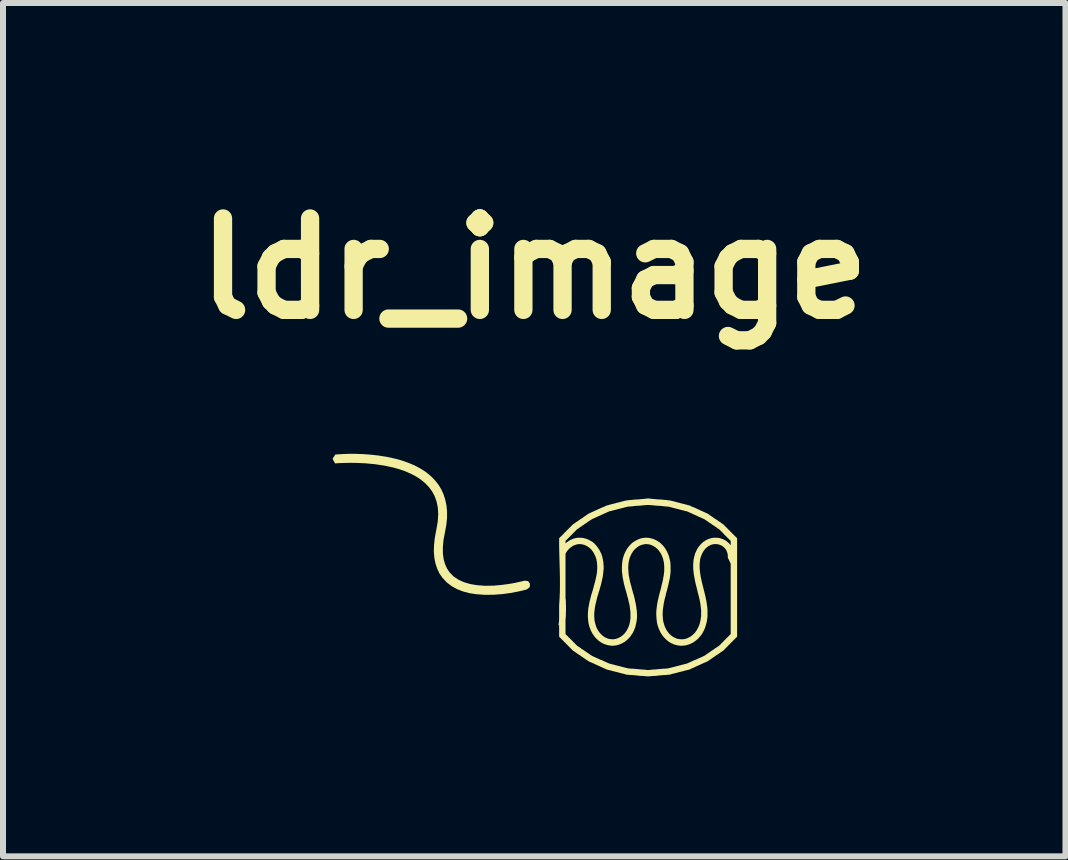
<source format=kicad_pcb>
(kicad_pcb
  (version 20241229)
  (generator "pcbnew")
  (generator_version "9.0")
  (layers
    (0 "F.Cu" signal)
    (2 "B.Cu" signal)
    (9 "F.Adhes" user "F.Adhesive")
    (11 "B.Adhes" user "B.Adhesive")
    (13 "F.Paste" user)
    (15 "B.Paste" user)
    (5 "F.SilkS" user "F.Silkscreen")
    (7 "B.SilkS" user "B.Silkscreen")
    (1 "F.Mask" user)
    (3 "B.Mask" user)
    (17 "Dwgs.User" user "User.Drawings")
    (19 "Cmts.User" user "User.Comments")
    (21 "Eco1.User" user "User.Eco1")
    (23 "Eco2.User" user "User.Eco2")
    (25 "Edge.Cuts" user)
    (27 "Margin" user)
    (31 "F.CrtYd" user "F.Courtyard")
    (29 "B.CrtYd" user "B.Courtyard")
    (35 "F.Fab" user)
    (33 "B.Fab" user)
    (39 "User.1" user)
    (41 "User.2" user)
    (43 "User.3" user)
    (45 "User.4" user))
  (footprint "ldr_image"
    (layer "F.Cu")
    (at 5.857 6.351)
    (property "Reference" "ldr_image" (at 0 -4.924 0) (layer "F.SilkS") (effects (font (size 1.524 1.524) (thickness 0.305))))
    (attr smd)
    (fp_poly (pts (xy -3.321 -1.675) (xy -3.3 -1.677) (xy -3.248 -1.68) (xy -3.167 -1.683) (xy -3.064 -1.685) (xy -2.941 -1.683) (xy -2.804 -1.676) (xy -2.656 -1.662) (xy -2.503 -1.639) (xy -2.348 -1.606) (xy -2.249 -1.578) (xy -2.153 -1.545) (xy -2.062 -1.505) (xy -1.975 -1.46) (xy -1.896 -1.409) (xy -1.824 -1.35) (xy -1.76 -1.285) (xy -1.706 -1.213) (xy -1.662 -1.132) (xy -1.629 -1.041) (xy -1.608 -0.941) (xy -1.601 -0.829) (xy -1.609 -0.705) (xy -1.633 -0.569) (xy -1.658 -0.436) (xy -1.671 -0.314) (xy -1.674 -0.201) (xy -1.665 -0.097) (xy -1.646 -0.002) (xy -1.617 0.083) (xy -1.58 0.161) (xy -1.533 0.229) (xy -1.46 0.308) (xy -1.376 0.372) (xy -1.285 0.422) (xy -1.187 0.46) (xy -1.085 0.487) (xy -0.981 0.504) (xy -0.825 0.516) (xy -0.671 0.514) (xy -0.526 0.503) (xy -0.396 0.485) (xy -0.284 0.464) (xy -0.198 0.445) (xy -0.143 0.431) (xy -0.123 0.425) (xy -0.075 0.387) (xy -0.071 0.331) (xy -0.103 0.287) (xy -0.164 0.279) (xy -0.183 0.285) (xy -0.237 0.298) (xy -0.319 0.316) (xy -0.424 0.335) (xy -0.547 0.351) (xy -0.681 0.363) (xy -0.821 0.365) (xy -0.962 0.354) (xy -1.071 0.335) (xy -1.173 0.305) (xy -1.265 0.263) (xy -1.347 0.208) (xy -1.414 0.138) (xy -1.454 0.078) (xy -1.486 0.007) (xy -1.51 -0.075) (xy -1.523 -0.169) (xy -1.524 -0.276) (xy -1.513 -0.398) (xy -1.487 -0.535) (xy -1.465 -0.655) (xy -1.454 -0.769) (xy -1.454 -0.876) (xy -1.464 -0.976) (xy -1.484 -1.07) (xy -1.512 -1.158) (xy -1.549 -1.24) (xy -1.594 -1.315) (xy -1.646 -1.383) (xy -1.722 -1.462) (xy -1.806 -1.531) (xy -1.898 -1.59) (xy -1.996 -1.642) (xy -2.098 -1.685) (xy -2.203 -1.722) (xy -2.31 -1.752) (xy -2.456 -1.784) (xy -2.6 -1.807) (xy -2.738 -1.822) (xy -2.868 -1.831) (xy -2.986 -1.835) (xy -3.091 -1.835) (xy -3.18 -1.832) (xy -3.248 -1.828) (xy -3.295 -1.825) (xy -3.317 -1.823) (xy -3.363 -1.752) (xy -3.321 -1.675)) (stroke (width 0) (type solid)) (fill yes) (layer "F.SilkS"))
    (fp_poly (pts (xy 1.898 -1.091) (xy 1.882 -0.982) (xy 1.898 -0.982) (xy 1.915 -0.982) (xy 1.938 -0.98) (xy 1.959 -0.978) (xy 1.982 -0.976) (xy 2.002 -0.974) (xy 2.023 -0.972) (xy 2.046 -0.97) (xy 2.067 -0.968) (xy 2.09 -0.968) (xy 2.111 -0.966) (xy 2.132 -0.964) (xy 2.154 -0.961) (xy 2.175 -0.959) (xy 2.198 -0.957) (xy 2.219 -0.955) (xy 2.236 -0.955) (xy 2.252 -0.951) (xy 2.273 -0.945) (xy 2.292 -0.941) (xy 2.313 -0.934) (xy 2.334 -0.93) (xy 2.354 -0.924) (xy 2.373 -0.92) (xy 2.394 -0.914) (xy 2.415 -0.909) (xy 2.434 -0.903) (xy 2.454 -0.899) (xy 2.475 -0.893) (xy 2.496 -0.889) (xy 2.515 -0.882) (xy 2.536 -0.878) (xy 2.552 -0.874) (xy 2.565 -0.868) (xy 2.584 -0.859) (xy 2.602 -0.851) (xy 2.621 -0.843) (xy 2.638 -0.834) (xy 2.657 -0.826) (xy 2.675 -0.818) (xy 2.694 -0.809) (xy 2.713 -0.801) (xy 2.729 -0.793) (xy 2.748 -0.784) (xy 2.767 -0.776) (xy 2.786 -0.768) (xy 2.804 -0.759) (xy 2.821 -0.751) (xy 2.836 -0.745) (xy 2.848 -0.736) (xy 2.865 -0.726) (xy 2.879 -0.716) (xy 2.896 -0.705) (xy 2.911 -0.693) (xy 2.927 -0.682) (xy 2.944 -0.672) (xy 2.959 -0.661) (xy 2.975 -0.649) (xy 2.992 -0.639) (xy 3.007 -0.628) (xy 3.023 -0.618) (xy 3.04 -0.607) (xy 3.054 -0.595) (xy 3.071 -0.584) (xy 3.084 -0.576) (xy 3.092 -0.568) (xy 3.107 -0.553) (xy 3.119 -0.541) (xy 3.132 -0.528) (xy 3.146 -0.514) (xy 3.159 -0.501) (xy 3.171 -0.486) (xy 3.184 -0.474) (xy 3.198 -0.461) (xy 3.211 -0.447) (xy 3.223 -0.434) (xy 3.238 -0.422) (xy 3.25 -0.407) (xy 3.263 -0.395) (xy 3.275 -0.384) (xy 3.275 -0.309) (xy 3.267 -0.32) (xy 3.254 -0.334) (xy 3.244 -0.347) (xy 3.232 -0.357) (xy 3.217 -0.37) (xy 3.204 -0.38) (xy 3.19 -0.389) (xy 3.175 -0.397) (xy 3.159 -0.405) (xy 3.144 -0.414) (xy 3.127 -0.418) (xy 3.111 -0.424) (xy 3.096 -0.428) (xy 3.079 -0.432) (xy 3.061 -0.434) (xy 3.044 -0.436) (xy 3.027 -0.436) (xy 3.011 -0.436) (xy 2.992 -0.436) (xy 2.979 -0.434) (xy 2.967 -0.432) (xy 2.952 -0.43) (xy 2.94 -0.426) (xy 2.927 -0.422) (xy 2.915 -0.418) (xy 2.902 -0.414) (xy 2.89 -0.409) (xy 2.879 -0.403) (xy 2.867 -0.397) (xy 2.857 -0.391) (xy 2.844 -0.384) (xy 2.834 -0.376) (xy 2.823 -0.37) (xy 2.813 -0.361) (xy 2.802 -0.353) (xy 2.794 -0.345) (xy 2.784 -0.334) (xy 2.775 -0.326) (xy 2.767 -0.316) (xy 2.759 -0.307) (xy 2.75 -0.297) (xy 2.742 -0.286) (xy 2.736 -0.276) (xy 2.729 -0.266) (xy 2.721 -0.255) (xy 2.715 -0.245) (xy 2.709 -0.232) (xy 2.704 -0.222) (xy 2.698 -0.211) (xy 2.694 -0.199) (xy 2.688 -0.189) (xy 2.679 -0.164) (xy 2.673 -0.141) (xy 2.667 -0.118) (xy 2.661 -0.093) (xy 2.657 -0.07) (xy 2.654 -0.047) (xy 2.652 -0.022) (xy 2.65 0.001) (xy 2.65 0.026) (xy 2.65 0.049) (xy 2.65 0.074) (xy 2.652 0.097) (xy 2.654 0.12) (xy 2.657 0.145) (xy 2.659 0.168) (xy 2.663 0.191) (xy 2.671 0.234) (xy 2.679 0.276) (xy 2.688 0.32) (xy 2.698 0.361) (xy 2.709 0.403) (xy 2.719 0.445) (xy 2.729 0.486) (xy 2.74 0.528) (xy 2.75 0.568) (xy 2.759 0.609) (xy 2.767 0.649) (xy 2.773 0.689) (xy 2.777 0.73) (xy 2.782 0.77) (xy 2.782 0.809) (xy 2.782 0.849) (xy 2.782 0.868) (xy 2.779 0.889) (xy 2.777 0.907) (xy 2.773 0.926) (xy 2.771 0.947) (xy 2.765 0.966) (xy 2.761 0.984) (xy 2.757 1.003) (xy 2.75 1.02) (xy 2.742 1.039) (xy 2.736 1.055) (xy 2.727 1.072) (xy 2.717 1.089) (xy 2.709 1.105) (xy 2.698 1.12) (xy 2.686 1.136) (xy 2.682 1.143) (xy 2.675 1.151) (xy 2.669 1.157) (xy 2.663 1.164) (xy 2.657 1.17) (xy 2.648 1.176) (xy 2.642 1.182) (xy 2.636 1.189) (xy 2.627 1.195) (xy 2.621 1.201) (xy 2.613 1.205) (xy 2.607 1.211) (xy 2.598 1.216) (xy 2.59 1.22) (xy 2.582 1.224) (xy 2.575 1.228) (xy 2.567 1.232) (xy 2.559 1.236) (xy 2.55 1.239) (xy 2.542 1.243) (xy 2.534 1.245) (xy 2.525 1.249) (xy 2.515 1.251) (xy 2.507 1.253) (xy 2.498 1.253) (xy 2.49 1.255) (xy 2.482 1.257) (xy 2.471 1.257) (xy 2.463 1.257) (xy 2.454 1.257) (xy 2.446 1.257) (xy 2.438 1.257) (xy 2.423 1.255) (xy 2.411 1.253) (xy 2.398 1.251) (xy 2.386 1.249) (xy 2.373 1.245) (xy 2.361 1.239) (xy 2.348 1.234) (xy 2.336 1.228) (xy 2.323 1.222) (xy 2.313 1.214) (xy 2.3 1.207) (xy 2.29 1.199) (xy 2.279 1.191) (xy 2.269 1.18) (xy 2.259 1.172) (xy 2.248 1.161) (xy 2.24 1.151) (xy 2.232 1.141) (xy 2.223 1.13) (xy 2.215 1.118) (xy 2.207 1.105) (xy 2.2 1.095) (xy 2.194 1.082) (xy 2.188 1.068) (xy 2.182 1.055) (xy 2.175 1.043) (xy 2.171 1.028) (xy 2.167 1.016) (xy 2.163 1.001) (xy 2.159 0.989) (xy 2.154 0.974) (xy 2.152 0.959) (xy 2.146 0.93) (xy 2.144 0.901) (xy 2.142 0.872) (xy 2.14 0.843) (xy 2.142 0.814) (xy 2.142 0.784) (xy 2.146 0.753) (xy 2.15 0.724) (xy 2.154 0.693) (xy 2.159 0.661) (xy 2.165 0.632) (xy 2.171 0.601) (xy 2.179 0.57) (xy 2.188 0.539) (xy 2.194 0.507) (xy 2.202 0.478) (xy 2.211 0.447) (xy 2.219 0.414) (xy 2.227 0.382) (xy 2.236 0.349) (xy 2.242 0.318) (xy 2.25 0.284) (xy 2.257 0.251) (xy 2.263 0.218) (xy 2.267 0.184) (xy 2.271 0.149) (xy 2.273 0.116) (xy 2.273 0.082) (xy 2.273 0.047) (xy 2.271 0.011) (xy 2.269 -0.022) (xy 2.263 -0.057) (xy 2.259 -0.074) (xy 2.254 -0.093) (xy 2.25 -0.109) (xy 2.246 -0.126) (xy 2.24 -0.143) (xy 2.234 -0.159) (xy 2.225 -0.176) (xy 2.219 -0.193) (xy 2.211 -0.209) (xy 2.202 -0.226) (xy 2.192 -0.241) (xy 2.184 -0.257) (xy 2.173 -0.272) (xy 2.161 -0.286) (xy 2.15 -0.301) (xy 2.138 -0.314) (xy 2.123 -0.328) (xy 2.111 -0.341) (xy 2.096 -0.353) (xy 2.082 -0.364) (xy 2.065 -0.374) (xy 2.05 -0.384) (xy 2.034 -0.393) (xy 2.017 -0.401) (xy 2 -0.409) (xy 1.982 -0.416) (xy 1.963 -0.422) (xy 1.946 -0.426) (xy 1.927 -0.43) (xy 1.909 -0.434) (xy 1.888 -0.436) (xy 1.869 -0.436) (xy 1.85 -0.436) (xy 1.832 -0.434) (xy 1.811 -0.432) (xy 1.792 -0.428) (xy 1.775 -0.424) (xy 1.757 -0.418) (xy 1.738 -0.411) (xy 1.721 -0.403) (xy 1.704 -0.395) (xy 1.688 -0.386) (xy 1.671 -0.376) (xy 1.657 -0.366) (xy 1.64 -0.355) (xy 1.625 -0.343) (xy 1.613 -0.33) (xy 1.598 -0.316) (xy 1.586 -0.303) (xy 1.575 -0.289) (xy 1.563 -0.274) (xy 1.552 -0.259) (xy 1.542 -0.245) (xy 1.534 -0.228) (xy 1.523 -0.211) (xy 1.517 -0.197) (xy 1.509 -0.18) (xy 1.502 -0.164) (xy 1.494 -0.145) (xy 1.49 -0.128) (xy 1.484 -0.111) (xy 1.479 -0.095) (xy 1.475 -0.076) (xy 1.471 -0.059) (xy 1.467 -0.024) (xy 1.463 0.011) (xy 1.461 0.047) (xy 1.461 0.08) (xy 1.461 0.116) (xy 1.465 0.149) (xy 1.469 0.184) (xy 1.473 0.218) (xy 1.479 0.251) (xy 1.486 0.284) (xy 1.492 0.318) (xy 1.5 0.351) (xy 1.509 0.382) (xy 1.517 0.416) (xy 1.527 0.447) (xy 1.536 0.478) (xy 1.544 0.509) (xy 1.552 0.541) (xy 1.561 0.572) (xy 1.569 0.603) (xy 1.575 0.634) (xy 1.584 0.666) (xy 1.59 0.697) (xy 1.594 0.726) (xy 1.598 0.757) (xy 1.602 0.789) (xy 1.604 0.818) (xy 1.604 0.847) (xy 1.604 0.878) (xy 1.604 0.907) (xy 1.6 0.936) (xy 1.596 0.966) (xy 1.592 0.98) (xy 1.59 0.995) (xy 1.586 1.007) (xy 1.582 1.022) (xy 1.577 1.036) (xy 1.571 1.049) (xy 1.565 1.064) (xy 1.561 1.076) (xy 1.552 1.089) (xy 1.546 1.101) (xy 1.54 1.114) (xy 1.532 1.126) (xy 1.523 1.136) (xy 1.515 1.147) (xy 1.507 1.159) (xy 1.496 1.17) (xy 1.486 1.178) (xy 1.477 1.189) (xy 1.465 1.197) (xy 1.454 1.205) (xy 1.444 1.214) (xy 1.432 1.22) (xy 1.419 1.226) (xy 1.407 1.232) (xy 1.394 1.239) (xy 1.382 1.243) (xy 1.369 1.247) (xy 1.357 1.251) (xy 1.344 1.253) (xy 1.329 1.255) (xy 1.317 1.257) (xy 1.304 1.257) (xy 1.292 1.257) (xy 1.277 1.255) (xy 1.265 1.253) (xy 1.252 1.251) (xy 1.238 1.249) (xy 1.225 1.245) (xy 1.213 1.239) (xy 1.2 1.234) (xy 1.188 1.228) (xy 1.175 1.222) (xy 1.165 1.214) (xy 1.152 1.207) (xy 1.142 1.199) (xy 1.132 1.189) (xy 1.121 1.18) (xy 1.111 1.17) (xy 1.1 1.159) (xy 1.092 1.149) (xy 1.084 1.139) (xy 1.075 1.126) (xy 1.067 1.116) (xy 1.061 1.103) (xy 1.052 1.091) (xy 1.046 1.078) (xy 1.04 1.064) (xy 1.034 1.051) (xy 1.029 1.039) (xy 1.025 1.024) (xy 1.021 1.009) (xy 1.017 0.995) (xy 1.013 0.98) (xy 1.011 0.968) (xy 1.004 0.939) (xy 1.002 0.907) (xy 1 0.878) (xy 1 0.849) (xy 1 0.82) (xy 1.004 0.789) (xy 1.007 0.757) (xy 1.011 0.728) (xy 1.017 0.697) (xy 1.023 0.666) (xy 1.032 0.634) (xy 1.038 0.603) (xy 1.046 0.572) (xy 1.054 0.541) (xy 1.065 0.509) (xy 1.073 0.478) (xy 1.084 0.447) (xy 1.092 0.416) (xy 1.102 0.382) (xy 1.111 0.349) (xy 1.119 0.318) (xy 1.127 0.282) (xy 1.134 0.249) (xy 1.142 0.216) (xy 1.146 0.182) (xy 1.15 0.147) (xy 1.154 0.111) (xy 1.157 0.078) (xy 1.157 0.043) (xy 1.154 0.007) (xy 1.152 -0.028) (xy 1.146 -0.064) (xy 1.142 -0.082) (xy 1.138 -0.099) (xy 1.134 -0.118) (xy 1.129 -0.134) (xy 1.123 -0.153) (xy 1.117 -0.17) (xy 1.109 -0.186) (xy 1.1 -0.203) (xy 1.092 -0.22) (xy 1.084 -0.236) (xy 1.073 -0.251) (xy 1.063 -0.268) (xy 1.052 -0.282) (xy 1.042 -0.297) (xy 1.029 -0.311) (xy 1.015 -0.326) (xy 1.002 -0.339) (xy 0.988 -0.351) (xy 0.973 -0.364) (xy 0.957 -0.374) (xy 0.94 -0.384) (xy 0.923 -0.393) (xy 0.907 -0.403) (xy 0.89 -0.409) (xy 0.871 -0.418) (xy 0.852 -0.422) (xy 0.834 -0.428) (xy 0.815 -0.432) (xy 0.796 -0.434) (xy 0.775 -0.436) (xy 0.757 -0.436) (xy 0.736 -0.436) (xy 0.717 -0.434) (xy 0.698 -0.432) (xy 0.682 -0.428) (xy 0.663 -0.422) (xy 0.646 -0.418) (xy 0.627 -0.409) (xy 0.611 -0.403) (xy 0.594 -0.395) (xy 0.579 -0.384) (xy 0.563 -0.374) (xy 0.548 -0.364) (xy 0.534 -0.353) (xy 0.521 -0.341) (xy 0.521 -0.384) (xy 0.532 -0.395) (xy 0.546 -0.407) (xy 0.559 -0.422) (xy 0.571 -0.434) (xy 0.586 -0.447) (xy 0.598 -0.461) (xy 0.611 -0.474) (xy 0.625 -0.486) (xy 0.638 -0.501) (xy 0.65 -0.514) (xy 0.665 -0.526) (xy 0.677 -0.541) (xy 0.69 -0.553) (xy 0.704 -0.568) (xy 0.713 -0.576) (xy 0.725 -0.584) (xy 0.742 -0.595) (xy 0.757 -0.607) (xy 0.773 -0.618) (xy 0.79 -0.628) (xy 0.804 -0.639) (xy 0.821 -0.649) (xy 0.836 -0.661) (xy 0.852 -0.672) (xy 0.869 -0.682) (xy 0.884 -0.693) (xy 0.9 -0.705) (xy 0.917 -0.716) (xy 0.932 -0.726) (xy 0.948 -0.736) (xy 0.961 -0.745) (xy 0.975 -0.751) (xy 0.992 -0.759) (xy 1.011 -0.768) (xy 1.029 -0.776) (xy 1.048 -0.784) (xy 1.065 -0.793) (xy 1.084 -0.801) (xy 1.102 -0.809) (xy 1.121 -0.818) (xy 1.14 -0.826) (xy 1.157 -0.834) (xy 1.175 -0.843) (xy 1.194 -0.851) (xy 1.213 -0.859) (xy 1.232 -0.868) (xy 1.244 -0.874) (xy 1.261 -0.878) (xy 1.282 -0.882) (xy 1.3 -0.889) (xy 1.321 -0.893) (xy 1.342 -0.899) (xy 1.361 -0.903) (xy 1.382 -0.909) (xy 1.402 -0.914) (xy 1.423 -0.92) (xy 1.442 -0.924) (xy 1.463 -0.93) (xy 1.484 -0.934) (xy 1.502 -0.941) (xy 1.523 -0.945) (xy 1.544 -0.951) (xy 1.559 -0.955) (xy 1.577 -0.955) (xy 1.598 -0.957) (xy 1.621 -0.959) (xy 1.642 -0.961) (xy 1.663 -0.964) (xy 1.686 -0.966) (xy 1.707 -0.968) (xy 1.729 -0.968) (xy 1.75 -0.97) (xy 1.773 -0.972) (xy 1.794 -0.974) (xy 1.815 -0.976) (xy 1.838 -0.978) (xy 1.859 -0.98) (xy 1.882 -0.982) (xy 1.898 -1.091) (xy 1.871 -1.089) (xy 1.85 -1.086) (xy 1.829 -1.084) (xy 1.807 -1.082) (xy 1.786 -1.08) (xy 1.763 -1.078) (xy 1.742 -1.076) (xy 1.719 -1.074) (xy 1.698 -1.074) (xy 1.677 -1.072) (xy 1.654 -1.07) (xy 1.634 -1.068) (xy 1.611 -1.066) (xy 1.59 -1.064) (xy 1.567 -1.061) (xy 1.542 -1.059) (xy 1.517 -1.053) (xy 1.496 -1.049) (xy 1.477 -1.043) (xy 1.457 -1.039) (xy 1.436 -1.032) (xy 1.417 -1.028) (xy 1.396 -1.022) (xy 1.375 -1.018) (xy 1.354 -1.011) (xy 1.336 -1.007) (xy 1.315 -1.001) (xy 1.294 -0.997) (xy 1.275 -0.991) (xy 1.254 -0.986) (xy 1.234 -0.98) (xy 1.209 -0.974) (xy 1.188 -0.964) (xy 1.169 -0.955) (xy 1.15 -0.947) (xy 1.132 -0.941) (xy 1.113 -0.932) (xy 1.096 -0.924) (xy 1.077 -0.916) (xy 1.059 -0.907) (xy 1.04 -0.899) (xy 1.021 -0.891) (xy 1.004 -0.882) (xy 0.986 -0.874) (xy 0.967 -0.866) (xy 0.948 -0.857) (xy 0.932 -0.849) (xy 0.909 -0.839) (xy 0.888 -0.826) (xy 0.871 -0.814) (xy 0.857 -0.803) (xy 0.84 -0.793) (xy 0.825 -0.782) (xy 0.809 -0.77) (xy 0.792 -0.759) (xy 0.777 -0.749) (xy 0.761 -0.739) (xy 0.744 -0.726) (xy 0.729 -0.716) (xy 0.713 -0.705) (xy 0.696 -0.695) (xy 0.682 -0.684) (xy 0.665 -0.672) (xy 0.644 -0.659) (xy 0.627 -0.643) (xy 0.615 -0.628) (xy 0.602 -0.616) (xy 0.588 -0.603) (xy 0.575 -0.589) (xy 0.563 -0.576) (xy 0.548 -0.564) (xy 0.536 -0.549) (xy 0.523 -0.536) (xy 0.509 -0.524) (xy 0.521 1.17) (xy 0.521 1.093) (xy 0.521 0.993) (xy 0.521 0.926) (xy 0.525 0.891) (xy 0.527 0.855) (xy 0.527 0.818) (xy 0.529 0.782) (xy 0.529 0.747) (xy 0.529 0.709) (xy 0.527 0.674) (xy 0.527 0.636) (xy 0.525 0.601) (xy 0.521 0.566) (xy 0.521 0.493) (xy 0.521 0.393) (xy 0.521 0.293) (xy 0.521 0.193) (xy 0.521 0.093) (xy 0.521 -0.007) (xy 0.521 -0.107) (xy 0.521 -0.168) (xy 0.525 -0.176) (xy 0.532 -0.189) (xy 0.54 -0.201) (xy 0.546 -0.211) (xy 0.554 -0.222) (xy 0.563 -0.232) (xy 0.573 -0.243) (xy 0.582 -0.253) (xy 0.592 -0.261) (xy 0.602 -0.27) (xy 0.613 -0.278) (xy 0.623 -0.286) (xy 0.634 -0.293) (xy 0.646 -0.301) (xy 0.657 -0.307) (xy 0.669 -0.311) (xy 0.682 -0.316) (xy 0.694 -0.32) (xy 0.707 -0.324) (xy 0.719 -0.326) (xy 0.732 -0.328) (xy 0.744 -0.33) (xy 0.757 -0.33) (xy 0.769 -0.33) (xy 0.784 -0.328) (xy 0.796 -0.326) (xy 0.809 -0.324) (xy 0.823 -0.32) (xy 0.836 -0.316) (xy 0.848 -0.311) (xy 0.861 -0.305) (xy 0.873 -0.299) (xy 0.886 -0.293) (xy 0.896 -0.284) (xy 0.909 -0.278) (xy 0.919 -0.268) (xy 0.929 -0.259) (xy 0.94 -0.249) (xy 0.95 -0.241) (xy 0.959 -0.228) (xy 0.967 -0.218) (xy 0.975 -0.207) (xy 0.984 -0.195) (xy 0.992 -0.182) (xy 0.998 -0.17) (xy 1.004 -0.157) (xy 1.011 -0.143) (xy 1.017 -0.13) (xy 1.023 -0.116) (xy 1.027 -0.103) (xy 1.032 -0.089) (xy 1.036 -0.074) (xy 1.038 -0.059) (xy 1.042 -0.045) (xy 1.046 -0.016) (xy 1.048 0.014) (xy 1.05 0.045) (xy 1.05 0.074) (xy 1.048 0.105) (xy 1.046 0.134) (xy 1.042 0.166) (xy 1.036 0.197) (xy 1.029 0.228) (xy 1.023 0.259) (xy 1.015 0.291) (xy 1.007 0.322) (xy 0.998 0.353) (xy 0.99 0.384) (xy 0.982 0.418) (xy 0.971 0.449) (xy 0.963 0.48) (xy 0.952 0.511) (xy 0.944 0.545) (xy 0.936 0.576) (xy 0.927 0.609) (xy 0.919 0.643) (xy 0.913 0.676) (xy 0.907 0.709) (xy 0.9 0.745) (xy 0.898 0.778) (xy 0.894 0.814) (xy 0.894 0.847) (xy 0.894 0.882) (xy 0.896 0.918) (xy 0.9 0.951) (xy 0.904 0.986) (xy 0.909 1.005) (xy 0.913 1.022) (xy 0.917 1.039) (xy 0.923 1.057) (xy 0.929 1.074) (xy 0.936 1.091) (xy 0.942 1.107) (xy 0.95 1.124) (xy 0.959 1.141) (xy 0.967 1.157) (xy 0.977 1.172) (xy 0.988 1.186) (xy 0.998 1.203) (xy 1.009 1.218) (xy 1.021 1.23) (xy 1.034 1.245) (xy 1.048 1.257) (xy 1.061 1.27) (xy 1.075 1.282) (xy 1.09 1.293) (xy 1.107 1.305) (xy 1.123 1.314) (xy 1.14 1.324) (xy 1.157 1.332) (xy 1.173 1.339) (xy 1.192 1.345) (xy 1.211 1.351) (xy 1.227 1.355) (xy 1.246 1.359) (xy 1.267 1.361) (xy 1.286 1.364) (xy 1.304 1.364) (xy 1.323 1.364) (xy 1.344 1.361) (xy 1.363 1.359) (xy 1.382 1.355) (xy 1.4 1.349) (xy 1.417 1.345) (xy 1.436 1.336) (xy 1.452 1.33) (xy 1.469 1.322) (xy 1.486 1.311) (xy 1.502 1.303) (xy 1.517 1.293) (xy 1.532 1.28) (xy 1.546 1.268) (xy 1.561 1.255) (xy 1.573 1.243) (xy 1.586 1.228) (xy 1.598 1.216) (xy 1.609 1.201) (xy 1.619 1.184) (xy 1.629 1.17) (xy 1.64 1.155) (xy 1.648 1.139) (xy 1.657 1.122) (xy 1.663 1.105) (xy 1.671 1.089) (xy 1.677 1.072) (xy 1.684 1.055) (xy 1.688 1.039) (xy 1.692 1.02) (xy 1.696 1.003) (xy 1.7 0.986) (xy 1.707 0.951) (xy 1.711 0.916) (xy 1.713 0.88) (xy 1.713 0.847) (xy 1.711 0.811) (xy 1.709 0.778) (xy 1.704 0.745) (xy 1.7 0.709) (xy 1.694 0.676) (xy 1.688 0.643) (xy 1.679 0.609) (xy 1.673 0.578) (xy 1.665 0.545) (xy 1.657 0.514) (xy 1.646 0.48) (xy 1.638 0.449) (xy 1.629 0.418) (xy 1.621 0.386) (xy 1.613 0.355) (xy 1.604 0.324) (xy 1.596 0.293) (xy 1.59 0.261) (xy 1.584 0.23) (xy 1.577 0.201) (xy 1.573 0.17) (xy 1.571 0.139) (xy 1.569 0.109) (xy 1.567 0.078) (xy 1.567 0.049) (xy 1.569 0.02) (xy 1.571 -0.009) (xy 1.577 -0.039) (xy 1.579 -0.053) (xy 1.584 -0.068) (xy 1.586 -0.082) (xy 1.59 -0.097) (xy 1.596 -0.109) (xy 1.6 -0.124) (xy 1.607 -0.136) (xy 1.613 -0.149) (xy 1.619 -0.164) (xy 1.625 -0.176) (xy 1.634 -0.186) (xy 1.64 -0.199) (xy 1.648 -0.211) (xy 1.657 -0.222) (xy 1.667 -0.232) (xy 1.675 -0.243) (xy 1.686 -0.253) (xy 1.696 -0.261) (xy 1.707 -0.27) (xy 1.717 -0.278) (xy 1.729 -0.286) (xy 1.74 -0.295) (xy 1.752 -0.301) (xy 1.765 -0.307) (xy 1.777 -0.311) (xy 1.79 -0.316) (xy 1.802 -0.32) (xy 1.817 -0.324) (xy 1.829 -0.326) (xy 1.842 -0.328) (xy 1.854 -0.33) (xy 1.869 -0.33) (xy 1.882 -0.328) (xy 1.894 -0.328) (xy 1.909 -0.326) (xy 1.921 -0.324) (xy 1.934 -0.32) (xy 1.946 -0.316) (xy 1.959 -0.311) (xy 1.971 -0.305) (xy 1.984 -0.299) (xy 1.996 -0.293) (xy 2.007 -0.284) (xy 2.019 -0.278) (xy 2.029 -0.27) (xy 2.04 -0.259) (xy 2.05 -0.251) (xy 2.061 -0.241) (xy 2.069 -0.23) (xy 2.077 -0.22) (xy 2.086 -0.209) (xy 2.094 -0.197) (xy 2.102 -0.186) (xy 2.109 -0.174) (xy 2.117 -0.161) (xy 2.123 -0.149) (xy 2.127 -0.134) (xy 2.134 -0.122) (xy 2.14 -0.107) (xy 2.144 -0.095) (xy 2.148 -0.08) (xy 2.152 -0.066) (xy 2.154 -0.051) (xy 2.159 -0.036) (xy 2.163 -0.009) (xy 2.165 0.02) (xy 2.167 0.051) (xy 2.167 0.08) (xy 2.167 0.109) (xy 2.165 0.141) (xy 2.161 0.17) (xy 2.157 0.201) (xy 2.15 0.232) (xy 2.146 0.264) (xy 2.138 0.295) (xy 2.132 0.324) (xy 2.123 0.355) (xy 2.117 0.386) (xy 2.109 0.42) (xy 2.1 0.451) (xy 2.092 0.482) (xy 2.084 0.514) (xy 2.075 0.545) (xy 2.069 0.578) (xy 2.061 0.609) (xy 2.054 0.643) (xy 2.048 0.676) (xy 2.044 0.709) (xy 2.04 0.743) (xy 2.036 0.776) (xy 2.034 0.809) (xy 2.034 0.843) (xy 2.036 0.878) (xy 2.038 0.911) (xy 2.042 0.945) (xy 2.046 0.98) (xy 2.05 0.997) (xy 2.054 1.014) (xy 2.059 1.032) (xy 2.065 1.049) (xy 2.071 1.066) (xy 2.077 1.082) (xy 2.084 1.099) (xy 2.092 1.114) (xy 2.098 1.13) (xy 2.107 1.147) (xy 2.117 1.161) (xy 2.125 1.176) (xy 2.136 1.191) (xy 2.146 1.205) (xy 2.159 1.22) (xy 2.171 1.234) (xy 2.184 1.247) (xy 2.196 1.259) (xy 2.211 1.272) (xy 2.225 1.284) (xy 2.24 1.295) (xy 2.254 1.305) (xy 2.271 1.314) (xy 2.288 1.324) (xy 2.304 1.33) (xy 2.321 1.339) (xy 2.338 1.345) (xy 2.357 1.351) (xy 2.373 1.355) (xy 2.392 1.359) (xy 2.411 1.361) (xy 2.429 1.364) (xy 2.442 1.364) (xy 2.454 1.364) (xy 2.467 1.364) (xy 2.479 1.364) (xy 2.492 1.361) (xy 2.504 1.361) (xy 2.517 1.359) (xy 2.529 1.357) (xy 2.542 1.353) (xy 2.552 1.351) (xy 2.565 1.347) (xy 2.577 1.343) (xy 2.588 1.339) (xy 2.6 1.334) (xy 2.611 1.33) (xy 2.621 1.324) (xy 2.634 1.318) (xy 2.644 1.314) (xy 2.654 1.307) (xy 2.665 1.299) (xy 2.675 1.293) (xy 2.684 1.286) (xy 2.694 1.278) (xy 2.704 1.27) (xy 2.713 1.264) (xy 2.721 1.255) (xy 2.729 1.247) (xy 2.74 1.239) (xy 2.748 1.228) (xy 2.754 1.22) (xy 2.763 1.211) (xy 2.771 1.201) (xy 2.786 1.182) (xy 2.798 1.164) (xy 2.811 1.143) (xy 2.821 1.122) (xy 2.832 1.101) (xy 2.842 1.078) (xy 2.85 1.057) (xy 2.857 1.034) (xy 2.863 1.014) (xy 2.869 0.991) (xy 2.875 0.968) (xy 2.879 0.945) (xy 2.882 0.922) (xy 2.886 0.899) (xy 2.888 0.876) (xy 2.888 0.853) (xy 2.888 0.807) (xy 2.888 0.764) (xy 2.884 0.718) (xy 2.877 0.674) (xy 2.871 0.63) (xy 2.863 0.589) (xy 2.854 0.545) (xy 2.844 0.503) (xy 2.834 0.461) (xy 2.823 0.42) (xy 2.813 0.378) (xy 2.802 0.336) (xy 2.792 0.295) (xy 2.784 0.255) (xy 2.775 0.214) (xy 2.769 0.174) (xy 2.765 0.153) (xy 2.763 0.13) (xy 2.761 0.109) (xy 2.759 0.089) (xy 2.757 0.068) (xy 2.757 0.047) (xy 2.757 0.026) (xy 2.757 0.007) (xy 2.759 -0.014) (xy 2.761 -0.034) (xy 2.763 -0.053) (xy 2.765 -0.074) (xy 2.769 -0.093) (xy 2.775 -0.111) (xy 2.782 -0.13) (xy 2.788 -0.149) (xy 2.792 -0.157) (xy 2.796 -0.166) (xy 2.8 -0.174) (xy 2.804 -0.182) (xy 2.809 -0.193) (xy 2.813 -0.199) (xy 2.813 -0.201) (xy 2.819 -0.207) (xy 2.823 -0.216) (xy 2.829 -0.224) (xy 2.836 -0.232) (xy 2.84 -0.239) (xy 2.846 -0.245) (xy 2.852 -0.253) (xy 2.859 -0.259) (xy 2.867 -0.266) (xy 2.873 -0.272) (xy 2.879 -0.278) (xy 2.888 -0.284) (xy 2.894 -0.289) (xy 2.902 -0.295) (xy 2.911 -0.299) (xy 2.919 -0.303) (xy 2.927 -0.307) (xy 2.934 -0.311) (xy 2.942 -0.316) (xy 2.95 -0.318) (xy 2.961 -0.322) (xy 2.969 -0.324) (xy 2.977 -0.326) (xy 2.986 -0.328) (xy 2.994 -0.328) (xy 3.002 -0.33) (xy 3.015 -0.33) (xy 3.025 -0.33) (xy 3.036 -0.33) (xy 3.048 -0.328) (xy 3.059 -0.328) (xy 3.069 -0.324) (xy 3.082 -0.322) (xy 3.092 -0.318) (xy 3.102 -0.314) (xy 3.113 -0.309) (xy 3.123 -0.305) (xy 3.134 -0.299) (xy 3.142 -0.293) (xy 3.15 -0.286) (xy 3.161 -0.278) (xy 3.167 -0.27) (xy 3.175 -0.264) (xy 3.184 -0.253) (xy 3.19 -0.245) (xy 3.196 -0.236) (xy 3.202 -0.226) (xy 3.207 -0.216) (xy 3.211 -0.205) (xy 3.215 -0.195) (xy 3.219 -0.184) (xy 3.221 -0.172) (xy 3.225 -0.161) (xy 3.225 -0.151) (xy 3.227 -0.139) (xy 3.227 -0.128) (xy 3.227 -0.118) (xy 3.227 -0.105) (xy 3.274 -0.006) (xy 3.275 -0.007) (xy 3.275 0.093) (xy 3.275 0.193) (xy 3.275 0.293) (xy 3.275 0.393) (xy 3.275 0.493) (xy 3.275 0.593) (xy 3.275 0.693) (xy 3.275 0.793) (xy 3.275 0.893) (xy 3.275 0.993) (xy 3.275 1.093) (xy 3.275 1.17) (xy 3.263 1.182) (xy 3.25 1.195) (xy 3.238 1.207) (xy 3.223 1.222) (xy 3.211 1.234) (xy 3.198 1.247) (xy 3.184 1.261) (xy 3.171 1.274) (xy 3.159 1.286) (xy 3.146 1.301) (xy 3.132 1.314) (xy 3.119 1.326) (xy 3.107 1.341) (xy 3.092 1.353) (xy 3.084 1.364) (xy 3.071 1.372) (xy 3.054 1.382) (xy 3.04 1.393) (xy 3.023 1.403) (xy 3.007 1.414) (xy 2.992 1.426) (xy 2.975 1.436) (xy 2.959 1.447) (xy 2.944 1.457) (xy 2.927 1.47) (xy 2.911 1.48) (xy 2.896 1.491) (xy 2.879 1.501) (xy 2.863 1.514) (xy 2.848 1.524) (xy 2.836 1.532) (xy 2.821 1.539) (xy 2.804 1.547) (xy 2.786 1.555) (xy 2.767 1.564) (xy 2.748 1.572) (xy 2.729 1.58) (xy 2.713 1.589) (xy 2.694 1.597) (xy 2.675 1.603) (xy 2.657 1.611) (xy 2.638 1.62) (xy 2.621 1.628) (xy 2.602 1.636) (xy 2.584 1.645) (xy 2.565 1.653) (xy 2.552 1.659) (xy 2.536 1.664) (xy 2.515 1.67) (xy 2.496 1.674) (xy 2.475 1.68) (xy 2.454 1.684) (xy 2.434 1.691) (xy 2.415 1.695) (xy 2.394 1.701) (xy 2.373 1.705) (xy 2.354 1.711) (xy 2.334 1.716) (xy 2.313 1.722) (xy 2.292 1.726) (xy 2.273 1.732) (xy 2.252 1.736) (xy 2.236 1.741) (xy 2.219 1.743) (xy 2.198 1.745) (xy 2.175 1.747) (xy 2.154 1.747) (xy 2.132 1.749) (xy 2.111 1.751) (xy 2.09 1.753) (xy 2.067 1.755) (xy 2.046 1.757) (xy 2.023 1.759) (xy 2.002 1.761) (xy 1.979 1.761) (xy 1.959 1.764) (xy 1.938 1.766) (xy 1.915 1.768) (xy 1.898 1.77) (xy 1.882 1.768) (xy 1.859 1.766) (xy 1.838 1.764) (xy 1.815 1.761) (xy 1.794 1.761) (xy 1.773 1.759) (xy 1.75 1.757) (xy 1.729 1.755) (xy 1.707 1.753) (xy 1.686 1.751) (xy 1.663 1.749) (xy 1.642 1.747) (xy 1.621 1.747) (xy 1.598 1.745) (xy 1.577 1.743) (xy 1.559 1.741) (xy 1.544 1.736) (xy 1.523 1.732) (xy 1.502 1.726) (xy 1.484 1.722) (xy 1.463 1.716) (xy 1.442 1.711) (xy 1.423 1.705) (xy 1.402 1.701) (xy 1.382 1.695) (xy 1.361 1.691) (xy 1.342 1.684) (xy 1.321 1.68) (xy 1.3 1.674) (xy 1.282 1.67) (xy 1.261 1.664) (xy 1.244 1.659) (xy 1.232 1.653) (xy 1.213 1.645) (xy 1.194 1.636) (xy 1.175 1.628) (xy 1.157 1.62) (xy 1.14 1.611) (xy 1.121 1.603) (xy 1.102 1.597) (xy 1.084 1.589) (xy 1.065 1.58) (xy 1.048 1.572) (xy 1.029 1.564) (xy 1.011 1.555) (xy 0.992 1.547) (xy 0.975 1.539) (xy 0.961 1.532) (xy 0.948 1.524) (xy 0.932 1.514) (xy 0.917 1.501) (xy 0.9 1.491) (xy 0.884 1.48) (xy 0.869 1.47) (xy 0.852 1.457) (xy 0.836 1.447) (xy 0.821 1.436) (xy 0.804 1.426) (xy 0.788 1.416) (xy 0.773 1.403) (xy 0.757 1.393) (xy 0.742 1.382) (xy 0.725 1.372) (xy 0.713 1.364) (xy 0.704 1.353) (xy 0.69 1.341) (xy 0.677 1.326) (xy 0.665 1.314) (xy 0.65 1.301) (xy 0.638 1.286) (xy 0.625 1.274) (xy 0.611 1.261) (xy 0.598 1.247) (xy 0.586 1.234) (xy 0.571 1.222) (xy 0.559 1.207) (xy 0.546 1.195) (xy 0.532 1.182) (xy 0.521 1.17) (xy 0.509 -0.524) (xy 0.496 -0.509) (xy 0.484 -0.497) (xy 0.471 -0.482) (xy 0.457 -0.47) (xy 0.444 -0.457) (xy 0.415 -0.428) (xy 0.415 -0.305) (xy 0.417 -0.196) (xy 0.42 -0.086) (xy 0.423 0.023) (xy 0.426 0.133) (xy 0.428 0.243) (xy 0.428 0.354) (xy 0.427 0.466) (xy 0.422 0.579) (xy 0.415 0.693) (xy 0.415 0.793) (xy 0.415 0.893) (xy 0.415 0.918) (xy 0.413 0.953) (xy 0.409 0.986) (xy 0.404 1.022) (xy 0.415 1.024) (xy 0.415 1.093) (xy 0.415 1.214) (xy 0.444 1.243) (xy 0.457 1.257) (xy 0.471 1.27) (xy 0.484 1.282) (xy 0.496 1.297) (xy 0.509 1.309) (xy 0.523 1.322) (xy 0.536 1.336) (xy 0.548 1.349) (xy 0.563 1.361) (xy 0.575 1.376) (xy 0.588 1.389) (xy 0.602 1.401) (xy 0.615 1.416) (xy 0.627 1.428) (xy 0.644 1.445) (xy 0.665 1.459) (xy 0.682 1.47) (xy 0.696 1.48) (xy 0.713 1.493) (xy 0.729 1.503) (xy 0.744 1.514) (xy 0.761 1.524) (xy 0.777 1.534) (xy 0.792 1.547) (xy 0.809 1.557) (xy 0.825 1.568) (xy 0.84 1.578) (xy 0.857 1.591) (xy 0.871 1.601) (xy 0.888 1.611) (xy 0.909 1.626) (xy 0.932 1.636) (xy 0.948 1.643) (xy 0.967 1.651) (xy 0.986 1.659) (xy 1.004 1.668) (xy 1.021 1.676) (xy 1.04 1.684) (xy 1.059 1.693) (xy 1.077 1.701) (xy 1.096 1.709) (xy 1.113 1.718) (xy 1.132 1.726) (xy 1.15 1.734) (xy 1.169 1.743) (xy 1.188 1.751) (xy 1.209 1.761) (xy 1.234 1.768) (xy 1.254 1.772) (xy 1.275 1.778) (xy 1.294 1.782) (xy 1.315 1.789) (xy 1.336 1.793) (xy 1.354 1.799) (xy 1.375 1.803) (xy 1.396 1.809) (xy 1.417 1.814) (xy 1.436 1.82) (xy 1.457 1.824) (xy 1.477 1.83) (xy 1.496 1.834) (xy 1.517 1.841) (xy 1.542 1.847) (xy 1.567 1.849) (xy 1.59 1.851) (xy 1.611 1.853) (xy 1.634 1.853) (xy 1.654 1.855) (xy 1.677 1.857) (xy 1.698 1.859) (xy 1.719 1.861) (xy 1.742 1.864) (xy 1.763 1.866) (xy 1.786 1.868) (xy 1.807 1.868) (xy 1.829 1.87) (xy 1.85 1.872) (xy 1.871 1.874) (xy 1.898 1.876) (xy 1.923 1.874) (xy 1.946 1.872) (xy 1.967 1.87) (xy 1.99 1.868) (xy 2.011 1.868) (xy 2.034 1.866) (xy 2.054 1.864) (xy 2.075 1.861) (xy 2.098 1.859) (xy 2.119 1.857) (xy 2.142 1.855) (xy 2.163 1.853) (xy 2.186 1.853) (xy 2.207 1.851) (xy 2.227 1.849) (xy 2.254 1.847) (xy 2.279 1.841) (xy 2.3 1.834) (xy 2.319 1.83) (xy 2.34 1.824) (xy 2.361 1.82) (xy 2.379 1.814) (xy 2.4 1.809) (xy 2.421 1.803) (xy 2.44 1.799) (xy 2.461 1.793) (xy 2.482 1.789) (xy 2.502 1.782) (xy 2.521 1.778) (xy 2.542 1.772) (xy 2.563 1.768) (xy 2.588 1.761) (xy 2.609 1.751) (xy 2.627 1.743) (xy 2.646 1.734) (xy 2.665 1.726) (xy 2.682 1.718) (xy 2.7 1.709) (xy 2.719 1.701) (xy 2.738 1.693) (xy 2.757 1.684) (xy 2.773 1.676) (xy 2.792 1.668) (xy 2.811 1.659) (xy 2.829 1.651) (xy 2.848 1.643) (xy 2.865 1.636) (xy 2.888 1.626) (xy 2.909 1.611) (xy 2.923 1.601) (xy 2.94 1.591) (xy 2.957 1.578) (xy 2.971 1.568) (xy 2.988 1.557) (xy 3.004 1.547) (xy 3.019 1.534) (xy 3.036 1.524) (xy 3.052 1.514) (xy 3.067 1.503) (xy 3.084 1.493) (xy 3.1 1.48) (xy 3.115 1.47) (xy 3.132 1.459) (xy 3.152 1.445) (xy 3.169 1.428) (xy 3.182 1.416) (xy 3.194 1.401) (xy 3.209 1.389) (xy 3.221 1.376) (xy 3.234 1.361) (xy 3.246 1.349) (xy 3.261 1.336) (xy 3.273 1.322) (xy 3.286 1.309) (xy 3.3 1.297) (xy 3.313 1.282) (xy 3.325 1.27) (xy 3.34 1.257) (xy 3.352 1.243) (xy 3.382 1.214) (xy 3.382 1.193) (xy 3.382 1.093) (xy 3.382 0.993) (xy 3.382 0.893) (xy 3.382 0.793) (xy 3.382 0.693) (xy 3.382 0.593) (xy 3.382 0.493) (xy 3.382 0.393) (xy 3.382 0.293) (xy 3.382 0.193) (xy 3.382 0.093) (xy 3.382 -0.007) (xy 3.382 -0.107) (xy 3.382 -0.205) (xy 3.382 -0.305) (xy 3.382 -0.428) (xy 3.352 -0.457) (xy 3.34 -0.47) (xy 3.325 -0.484) (xy 3.313 -0.497) (xy 3.3 -0.509) (xy 3.286 -0.524) (xy 3.273 -0.536) (xy 3.261 -0.549) (xy 3.246 -0.564) (xy 3.234 -0.576) (xy 3.221 -0.589) (xy 3.209 -0.603) (xy 3.194 -0.616) (xy 3.182 -0.628) (xy 3.169 -0.643) (xy 3.152 -0.659) (xy 3.132 -0.672) (xy 3.115 -0.684) (xy 3.1 -0.695) (xy 3.084 -0.705) (xy 3.067 -0.716) (xy 3.052 -0.728) (xy 3.036 -0.739) (xy 3.019 -0.749) (xy 3.004 -0.759) (xy 2.988 -0.77) (xy 2.971 -0.782) (xy 2.957 -0.793) (xy 2.94 -0.803) (xy 2.923 -0.814) (xy 2.909 -0.826) (xy 2.888 -0.839) (xy 2.865 -0.849) (xy 2.848 -0.857) (xy 2.829 -0.866) (xy 2.811 -0.874) (xy 2.792 -0.882) (xy 2.773 -0.891) (xy 2.757 -0.899) (xy 2.738 -0.907) (xy 2.719 -0.916) (xy 2.7 -0.924) (xy 2.684 -0.932) (xy 2.665 -0.941) (xy 2.646 -0.947) (xy 2.627 -0.955) (xy 2.609 -0.964) (xy 2.588 -0.974) (xy 2.563 -0.98) (xy 2.542 -0.986) (xy 2.521 -0.991) (xy 2.502 -0.997) (xy 2.482 -1.001) (xy 2.461 -1.007) (xy 2.44 -1.011) (xy 2.421 -1.018) (xy 2.4 -1.022) (xy 2.379 -1.028) (xy 2.361 -1.032) (xy 2.34 -1.039) (xy 2.319 -1.043) (xy 2.3 -1.049) (xy 2.279 -1.053) (xy 2.254 -1.059) (xy 2.227 -1.061) (xy 2.207 -1.064) (xy 2.186 -1.066) (xy 2.163 -1.068) (xy 2.142 -1.07) (xy 2.119 -1.072) (xy 2.098 -1.074) (xy 2.075 -1.074) (xy 2.054 -1.076) (xy 2.034 -1.078) (xy 2.011 -1.08) (xy 1.99 -1.082) (xy 1.967 -1.084) (xy 1.946 -1.086) (xy 1.925 -1.089) (xy 1.898 -1.091)) (stroke (width 0) (type solid)) (fill yes) (layer "F.SilkS")))
  (gr_rect
    (start -3 -3)
    (end 14.713 11.227)
    (stroke (width 0.1) (type default))
    (fill no)
    (layer "Edge.Cuts")))
</source>
